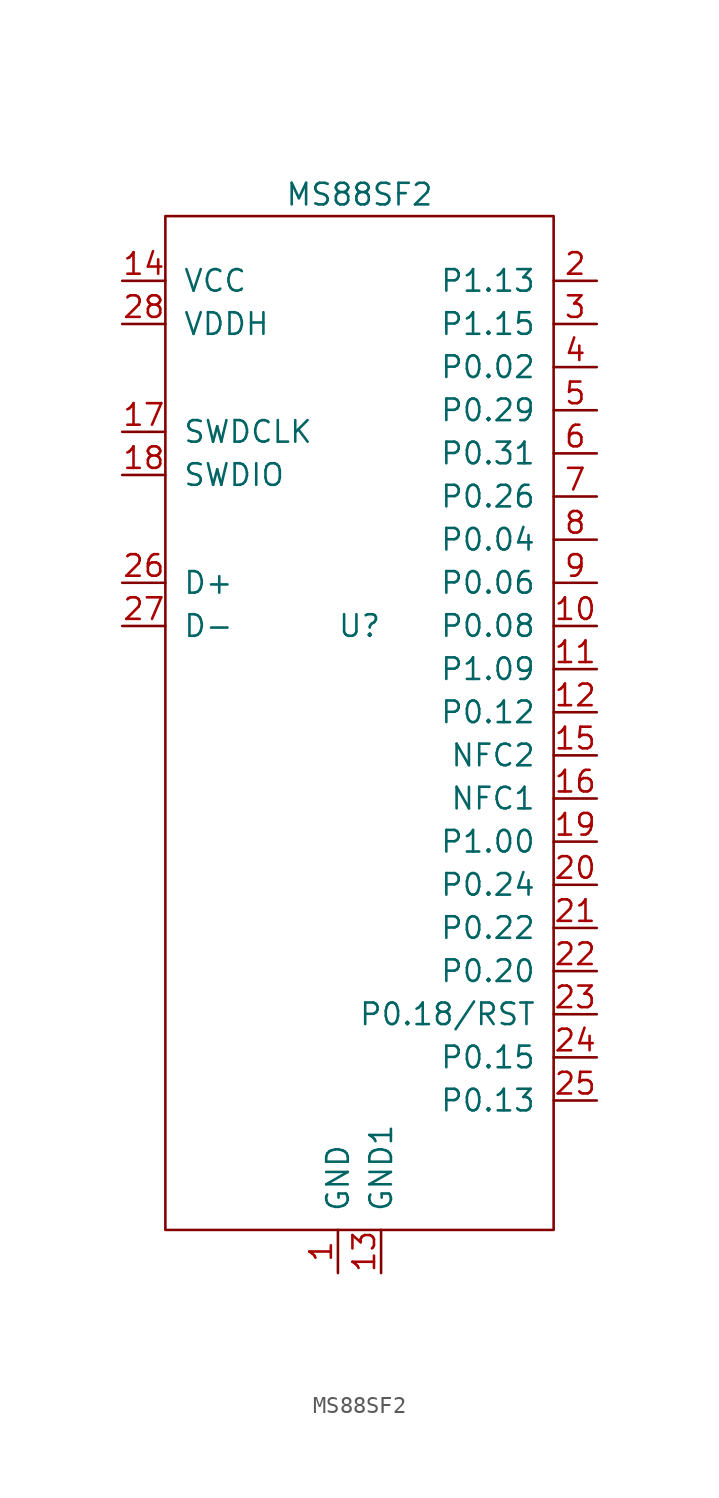
<source format=kicad_sym>
(kicad_symbol_lib
  (version 20220914)
  (generator kicad_symbol_editor)
  (symbol "MS88SF2"
    (pin_names
      (offset 1.016))
    (property "Reference" "U"
      (at 0 -15.24 0)
      (effects (font (size 1.27 1.27))))
    (property "Value" "MS88SF2"
      (at 0 10.16 0)
      (effects (font (size 1.27 1.27))))
    (symbol "MS88SF2_0_1"
      (rectangle (start -11.43 8.89) (end 11.43 -50.8) (stroke (width 0) (type solid)) (fill (type none))))
    (symbol "MS88SF2_1_1"
      (pin power_in line (at -1.27 -53.34 90) (length 2.54) (name "GND" (effects (font (size 1.27 1.27)))) (number "1" (effects (font (size 1.27 1.27)))))
      (pin bidirectional line (at 13.97 -15.24 180) (length 2.54) (name "P0.08" (effects (font (size 1.27 1.27)))) (number "10" (effects (font (size 1.27 1.27)))))
      (pin bidirectional line (at 13.97 -17.78 180) (length 2.54) (name "P1.09" (effects (font (size 1.27 1.27)))) (number "11" (effects (font (size 1.27 1.27)))))
      (pin bidirectional line (at 13.97 -20.32 180) (length 2.54) (name "P0.12" (effects (font (size 1.27 1.27)))) (number "12" (effects (font (size 1.27 1.27)))))
      (pin power_in line (at 1.27 -53.34 90) (length 2.54) (name "GND1" (effects (font (size 1.27 1.27)))) (number "13" (effects (font (size 1.27 1.27)))))
      (pin power_in line (at -13.97 5.08 0) (length 2.54) (name "VCC" (effects (font (size 1.27 1.27)))) (number "14" (effects (font (size 1.27 1.27)))))
      (pin bidirectional line (at 13.97 -22.86 180) (length 2.54) (name "NFC2" (effects (font (size 1.27 1.27)))) (number "15" (effects (font (size 1.27 1.27)))))
      (pin bidirectional line (at 13.97 -25.4 180) (length 2.54) (name "NFC1" (effects (font (size 1.27 1.27)))) (number "16" (effects (font (size 1.27 1.27)))))
      (pin input line (at -13.97 -3.81 0) (length 2.54) (name "SWDCLK" (effects (font (size 1.27 1.27)))) (number "17" (effects (font (size 1.27 1.27)))))
      (pin bidirectional line (at -13.97 -6.35 0) (length 2.54) (name "SWDIO" (effects (font (size 1.27 1.27)))) (number "18" (effects (font (size 1.27 1.27)))))
      (pin bidirectional line (at 13.97 -27.94 180) (length 2.54) (name "P1.00" (effects (font (size 1.27 1.27)))) (number "19" (effects (font (size 1.27 1.27)))))
      (pin bidirectional line (at 13.97 5.08 180) (length 2.54) (name "P1.13" (effects (font (size 1.27 1.27)))) (number "2" (effects (font (size 1.27 1.27)))))
      (pin bidirectional line (at 13.97 -30.48 180) (length 2.54) (name "P0.24" (effects (font (size 1.27 1.27)))) (number "20" (effects (font (size 1.27 1.27)))))
      (pin bidirectional line (at 13.97 -33.02 180) (length 2.54) (name "P0.22" (effects (font (size 1.27 1.27)))) (number "21" (effects (font (size 1.27 1.27)))))
      (pin bidirectional line (at 13.97 -35.56 180) (length 2.54) (name "P0.20" (effects (font (size 1.27 1.27)))) (number "22" (effects (font (size 1.27 1.27)))))
      (pin bidirectional line (at 13.97 -38.1 180) (length 2.54) (name "P0.18/RST" (effects (font (size 1.27 1.27)))) (number "23" (effects (font (size 1.27 1.27)))))
      (pin bidirectional line (at 13.97 -40.64 180) (length 2.54) (name "P0.15" (effects (font (size 1.27 1.27)))) (number "24" (effects (font (size 1.27 1.27)))))
      (pin bidirectional line (at 13.97 -43.18 180) (length 2.54) (name "P0.13" (effects (font (size 1.27 1.27)))) (number "25" (effects (font (size 1.27 1.27)))))
      (pin bidirectional line (at -13.97 -12.7 0) (length 2.54) (name "D+" (effects (font (size 1.27 1.27)))) (number "26" (effects (font (size 1.27 1.27)))))
      (pin bidirectional line (at -13.97 -15.24 0) (length 2.54) (name "D-" (effects (font (size 1.27 1.27)))) (number "27" (effects (font (size 1.27 1.27)))))
      (pin power_in line (at -13.97 2.54 0) (length 2.54) (name "VDDH" (effects (font (size 1.27 1.27)))) (number "28" (effects (font (size 1.27 1.27)))))
      (pin bidirectional line (at 13.97 2.54 180) (length 2.54) (name "P1.15" (effects (font (size 1.27 1.27)))) (number "3" (effects (font (size 1.27 1.27)))))
      (pin bidirectional line (at 13.97 0 180) (length 2.54) (name "P0.02" (effects (font (size 1.27 1.27)))) (number "4" (effects (font (size 1.27 1.27)))))
      (pin bidirectional line (at 13.97 -2.54 180) (length 2.54) (name "P0.29" (effects (font (size 1.27 1.27)))) (number "5" (effects (font (size 1.27 1.27)))))
      (pin bidirectional line (at 13.97 -5.08 180) (length 2.54) (name "P0.31" (effects (font (size 1.27 1.27)))) (number "6" (effects (font (size 1.27 1.27)))))
      (pin bidirectional line (at 13.97 -7.62 180) (length 2.54) (name "P0.26" (effects (font (size 1.27 1.27)))) (number "7" (effects (font (size 1.27 1.27)))))
      (pin bidirectional line (at 13.97 -10.16 180) (length 2.54) (name "P0.04" (effects (font (size 1.27 1.27)))) (number "8" (effects (font (size 1.27 1.27)))))
      (pin bidirectional line (at 13.97 -12.7 180) (length 2.54) (name "P0.06" (effects (font (size 1.27 1.27)))) (number "9" (effects (font (size 1.27 1.27))))))))
</source>
